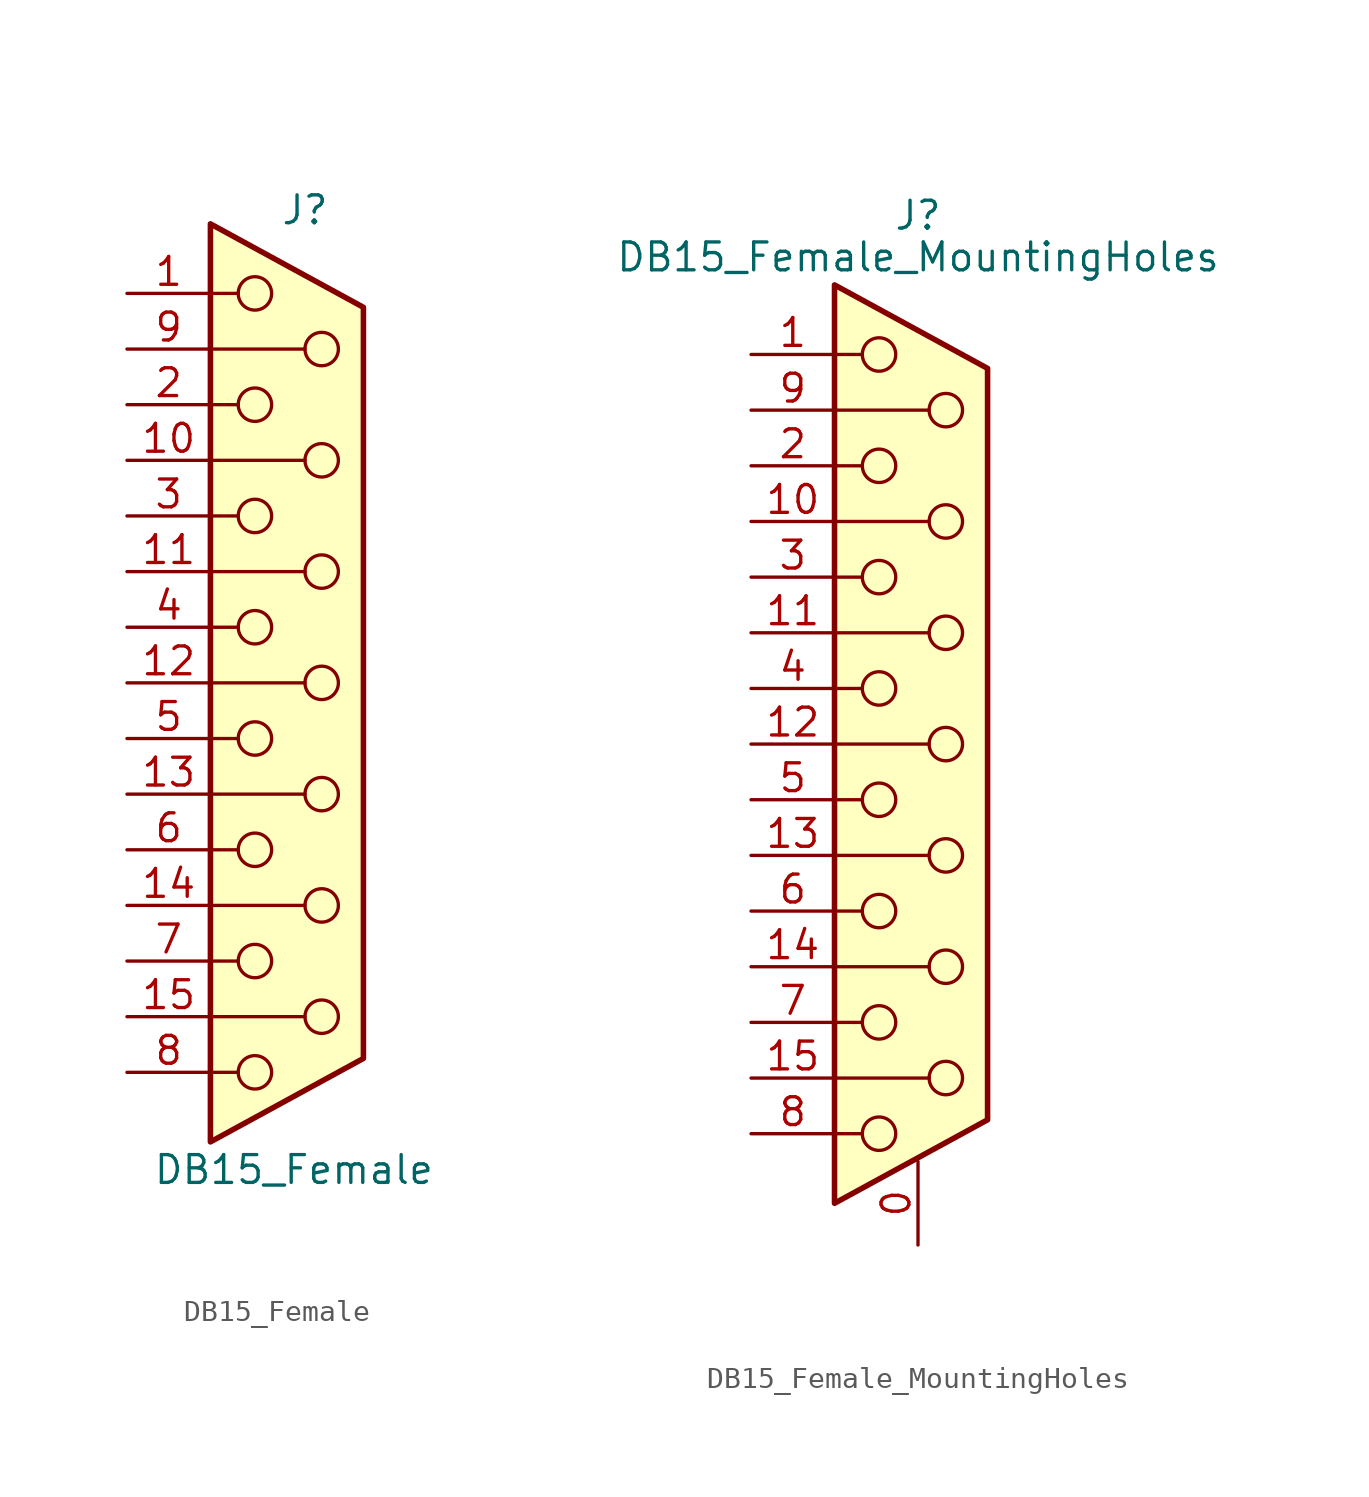
<source format=kicad_sym>
(kicad_symbol_lib
  (version 20220914)
  (generator kicad_symbol_editor)
  (symbol "DB15_Female"
    (pin_names
      (offset 1.016) hide)
    (property "Reference" "J"
      (at 0.508 21.59 0)
      (effects (font (size 1.27 1.27))))
    (property "Value" "DB15_Female"
      (at 0 -22.225 0)
      (effects (font (size 1.27 1.27))))
    (symbol "DB15_Female_0_1"
      (circle (center -1.778 -17.78) (radius 0.762) (stroke (width 0) (type default)) (fill (type none)))
      (circle (center -1.778 -12.7) (radius 0.762) (stroke (width 0) (type default)) (fill (type none)))
      (circle (center -1.778 -7.62) (radius 0.762) (stroke (width 0) (type default)) (fill (type none)))
      (circle (center -1.778 -2.54) (radius 0.762) (stroke (width 0) (type default)) (fill (type none)))
      (circle (center -1.778 2.54) (radius 0.762) (stroke (width 0) (type default)) (fill (type none)))
      (circle (center -1.778 7.62) (radius 0.762) (stroke (width 0) (type default)) (fill (type none)))
      (circle (center -1.778 12.7) (radius 0.762) (stroke (width 0) (type default)) (fill (type none)))
      (circle (center -1.778 17.78) (radius 0.762) (stroke (width 0) (type default)) (fill (type none)))
      (polyline (pts (xy -3.81 -17.78) (xy -2.54 -17.78)) (stroke (width 0) (type default)) (fill (type none)))
      (polyline (pts (xy -3.81 -15.24) (xy 0.508 -15.24)) (stroke (width 0) (type default)) (fill (type none)))
      (polyline (pts (xy -3.81 -12.7) (xy -2.54 -12.7)) (stroke (width 0) (type default)) (fill (type none)))
      (polyline (pts (xy -3.81 -10.16) (xy 0.508 -10.16)) (stroke (width 0) (type default)) (fill (type none)))
      (polyline (pts (xy -3.81 -7.62) (xy -2.54 -7.62)) (stroke (width 0) (type default)) (fill (type none)))
      (polyline (pts (xy -3.81 -5.08) (xy 0.508 -5.08)) (stroke (width 0) (type default)) (fill (type none)))
      (polyline (pts (xy -3.81 -2.54) (xy -2.54 -2.54)) (stroke (width 0) (type default)) (fill (type none)))
      (polyline (pts (xy -3.81 0) (xy 0.508 0)) (stroke (width 0) (type default)) (fill (type none)))
      (polyline (pts (xy -3.81 2.54) (xy -2.54 2.54)) (stroke (width 0) (type default)) (fill (type none)))
      (polyline (pts (xy -3.81 5.08) (xy 0.508 5.08)) (stroke (width 0) (type default)) (fill (type none)))
      (polyline (pts (xy -3.81 7.62) (xy -2.54 7.62)) (stroke (width 0) (type default)) (fill (type none)))
      (polyline (pts (xy -3.81 10.16) (xy 0.508 10.16)) (stroke (width 0) (type default)) (fill (type none)))
      (polyline (pts (xy -3.81 12.7) (xy -2.54 12.7)) (stroke (width 0) (type default)) (fill (type none)))
      (polyline (pts (xy -3.81 15.24) (xy 0.508 15.24)) (stroke (width 0) (type default)) (fill (type none)))
      (polyline (pts (xy -3.81 17.78) (xy -2.54 17.78)) (stroke (width 0) (type default)) (fill (type none)))
      (polyline (pts (xy -3.81 20.955) (xy 3.175 17.145) (xy 3.175 -17.145) (xy -3.81 -20.955) (xy -3.81 20.955)) (stroke (width 0.254) (type default)) (fill (type background)))
      (circle (center 1.27 -15.24) (radius 0.762) (stroke (width 0) (type default)) (fill (type none)))
      (circle (center 1.27 -10.16) (radius 0.762) (stroke (width 0) (type default)) (fill (type none)))
      (circle (center 1.27 -5.08) (radius 0.762) (stroke (width 0) (type default)) (fill (type none)))
      (circle (center 1.27 0) (radius 0.762) (stroke (width 0) (type default)) (fill (type none)))
      (circle (center 1.27 5.08) (radius 0.762) (stroke (width 0) (type default)) (fill (type none)))
      (circle (center 1.27 10.16) (radius 0.762) (stroke (width 0) (type default)) (fill (type none)))
      (circle (center 1.27 15.24) (radius 0.762) (stroke (width 0) (type default)) (fill (type none))))
    (symbol "DB15_Female_1_1"
      (pin passive line (at -7.62 17.78 0) (length 3.81) (name "1" (effects (font (size 1.27 1.27)))) (number "1" (effects (font (size 1.27 1.27)))))
      (pin passive line (at -7.62 10.16 0) (length 3.81) (name "P10" (effects (font (size 1.27 1.27)))) (number "10" (effects (font (size 1.27 1.27)))))
      (pin passive line (at -7.62 5.08 0) (length 3.81) (name "P111" (effects (font (size 1.27 1.27)))) (number "11" (effects (font (size 1.27 1.27)))))
      (pin passive line (at -7.62 0 0) (length 3.81) (name "P12" (effects (font (size 1.27 1.27)))) (number "12" (effects (font (size 1.27 1.27)))))
      (pin passive line (at -7.62 -5.08 0) (length 3.81) (name "P13" (effects (font (size 1.27 1.27)))) (number "13" (effects (font (size 1.27 1.27)))))
      (pin passive line (at -7.62 -10.16 0) (length 3.81) (name "P14" (effects (font (size 1.27 1.27)))) (number "14" (effects (font (size 1.27 1.27)))))
      (pin passive line (at -7.62 -15.24 0) (length 3.81) (name "P15" (effects (font (size 1.27 1.27)))) (number "15" (effects (font (size 1.27 1.27)))))
      (pin passive line (at -7.62 12.7 0) (length 3.81) (name "2" (effects (font (size 1.27 1.27)))) (number "2" (effects (font (size 1.27 1.27)))))
      (pin passive line (at -7.62 7.62 0) (length 3.81) (name "3" (effects (font (size 1.27 1.27)))) (number "3" (effects (font (size 1.27 1.27)))))
      (pin passive line (at -7.62 2.54 0) (length 3.81) (name "4" (effects (font (size 1.27 1.27)))) (number "4" (effects (font (size 1.27 1.27)))))
      (pin passive line (at -7.62 -2.54 0) (length 3.81) (name "5" (effects (font (size 1.27 1.27)))) (number "5" (effects (font (size 1.27 1.27)))))
      (pin passive line (at -7.62 -7.62 0) (length 3.81) (name "6" (effects (font (size 1.27 1.27)))) (number "6" (effects (font (size 1.27 1.27)))))
      (pin passive line (at -7.62 -12.7 0) (length 3.81) (name "7" (effects (font (size 1.27 1.27)))) (number "7" (effects (font (size 1.27 1.27)))))
      (pin passive line (at -7.62 -17.78 0) (length 3.81) (name "8" (effects (font (size 1.27 1.27)))) (number "8" (effects (font (size 1.27 1.27)))))
      (pin passive line (at -7.62 15.24 0) (length 3.81) (name "P9" (effects (font (size 1.27 1.27)))) (number "9" (effects (font (size 1.27 1.27)))))))
  (symbol "DB15_Female_MountingHoles"
    (pin_names
      (offset 1.016) hide)
    (property "Reference" "J"
      (at 0 24.13 0)
      (effects (font (size 1.27 1.27))))
    (property "Value" "DB15_Female_MountingHoles"
      (at 0 22.225 0)
      (effects (font (size 1.27 1.27))))
    (symbol "DB15_Female_MountingHoles_0_1"
      (circle (center -1.778 -17.78) (radius 0.762) (stroke (width 0) (type default)) (fill (type none)))
      (circle (center -1.778 -12.7) (radius 0.762) (stroke (width 0) (type default)) (fill (type none)))
      (circle (center -1.778 -7.62) (radius 0.762) (stroke (width 0) (type default)) (fill (type none)))
      (circle (center -1.778 -2.54) (radius 0.762) (stroke (width 0) (type default)) (fill (type none)))
      (circle (center -1.778 2.54) (radius 0.762) (stroke (width 0) (type default)) (fill (type none)))
      (circle (center -1.778 7.62) (radius 0.762) (stroke (width 0) (type default)) (fill (type none)))
      (circle (center -1.778 12.7) (radius 0.762) (stroke (width 0) (type default)) (fill (type none)))
      (circle (center -1.778 17.78) (radius 0.762) (stroke (width 0) (type default)) (fill (type none)))
      (polyline (pts (xy -3.81 -17.78) (xy -2.54 -17.78)) (stroke (width 0) (type default)) (fill (type none)))
      (polyline (pts (xy -3.81 -15.24) (xy 0.508 -15.24)) (stroke (width 0) (type default)) (fill (type none)))
      (polyline (pts (xy -3.81 -12.7) (xy -2.54 -12.7)) (stroke (width 0) (type default)) (fill (type none)))
      (polyline (pts (xy -3.81 -10.16) (xy 0.508 -10.16)) (stroke (width 0) (type default)) (fill (type none)))
      (polyline (pts (xy -3.81 -7.62) (xy -2.54 -7.62)) (stroke (width 0) (type default)) (fill (type none)))
      (polyline (pts (xy -3.81 -5.08) (xy 0.508 -5.08)) (stroke (width 0) (type default)) (fill (type none)))
      (polyline (pts (xy -3.81 -2.54) (xy -2.54 -2.54)) (stroke (width 0) (type default)) (fill (type none)))
      (polyline (pts (xy -3.81 0) (xy 0.508 0)) (stroke (width 0) (type default)) (fill (type none)))
      (polyline (pts (xy -3.81 2.54) (xy -2.54 2.54)) (stroke (width 0) (type default)) (fill (type none)))
      (polyline (pts (xy -3.81 5.08) (xy 0.508 5.08)) (stroke (width 0) (type default)) (fill (type none)))
      (polyline (pts (xy -3.81 7.62) (xy -2.54 7.62)) (stroke (width 0) (type default)) (fill (type none)))
      (polyline (pts (xy -3.81 10.16) (xy 0.508 10.16)) (stroke (width 0) (type default)) (fill (type none)))
      (polyline (pts (xy -3.81 12.7) (xy -2.54 12.7)) (stroke (width 0) (type default)) (fill (type none)))
      (polyline (pts (xy -3.81 15.24) (xy 0.508 15.24)) (stroke (width 0) (type default)) (fill (type none)))
      (polyline (pts (xy -3.81 17.78) (xy -2.54 17.78)) (stroke (width 0) (type default)) (fill (type none)))
      (polyline (pts (xy -3.81 20.955) (xy 3.175 17.145) (xy 3.175 -17.145) (xy -3.81 -20.955) (xy -3.81 20.955)) (stroke (width 0.254) (type default)) (fill (type background)))
      (circle (center 1.27 -15.24) (radius 0.762) (stroke (width 0) (type default)) (fill (type none)))
      (circle (center 1.27 -10.16) (radius 0.762) (stroke (width 0) (type default)) (fill (type none)))
      (circle (center 1.27 -5.08) (radius 0.762) (stroke (width 0) (type default)) (fill (type none)))
      (circle (center 1.27 0) (radius 0.762) (stroke (width 0) (type default)) (fill (type none)))
      (circle (center 1.27 5.08) (radius 0.762) (stroke (width 0) (type default)) (fill (type none)))
      (circle (center 1.27 10.16) (radius 0.762) (stroke (width 0) (type default)) (fill (type none)))
      (circle (center 1.27 15.24) (radius 0.762) (stroke (width 0) (type default)) (fill (type none))))
    (symbol "DB15_Female_MountingHoles_1_1"
      (pin passive line (at 0 -22.86 90) (length 3.81) (name "PAD" (effects (font (size 1.27 1.27)))) (number "0" (effects (font (size 1.27 1.27)))))
      (pin passive line (at -7.62 17.78 0) (length 3.81) (name "1" (effects (font (size 1.27 1.27)))) (number "1" (effects (font (size 1.27 1.27)))))
      (pin passive line (at -7.62 10.16 0) (length 3.81) (name "P10" (effects (font (size 1.27 1.27)))) (number "10" (effects (font (size 1.27 1.27)))))
      (pin passive line (at -7.62 5.08 0) (length 3.81) (name "P111" (effects (font (size 1.27 1.27)))) (number "11" (effects (font (size 1.27 1.27)))))
      (pin passive line (at -7.62 0 0) (length 3.81) (name "P12" (effects (font (size 1.27 1.27)))) (number "12" (effects (font (size 1.27 1.27)))))
      (pin passive line (at -7.62 -5.08 0) (length 3.81) (name "P13" (effects (font (size 1.27 1.27)))) (number "13" (effects (font (size 1.27 1.27)))))
      (pin passive line (at -7.62 -10.16 0) (length 3.81) (name "P14" (effects (font (size 1.27 1.27)))) (number "14" (effects (font (size 1.27 1.27)))))
      (pin passive line (at -7.62 -15.24 0) (length 3.81) (name "P15" (effects (font (size 1.27 1.27)))) (number "15" (effects (font (size 1.27 1.27)))))
      (pin passive line (at -7.62 12.7 0) (length 3.81) (name "2" (effects (font (size 1.27 1.27)))) (number "2" (effects (font (size 1.27 1.27)))))
      (pin passive line (at -7.62 7.62 0) (length 3.81) (name "3" (effects (font (size 1.27 1.27)))) (number "3" (effects (font (size 1.27 1.27)))))
      (pin passive line (at -7.62 2.54 0) (length 3.81) (name "4" (effects (font (size 1.27 1.27)))) (number "4" (effects (font (size 1.27 1.27)))))
      (pin passive line (at -7.62 -2.54 0) (length 3.81) (name "5" (effects (font (size 1.27 1.27)))) (number "5" (effects (font (size 1.27 1.27)))))
      (pin passive line (at -7.62 -7.62 0) (length 3.81) (name "6" (effects (font (size 1.27 1.27)))) (number "6" (effects (font (size 1.27 1.27)))))
      (pin passive line (at -7.62 -12.7 0) (length 3.81) (name "7" (effects (font (size 1.27 1.27)))) (number "7" (effects (font (size 1.27 1.27)))))
      (pin passive line (at -7.62 -17.78 0) (length 3.81) (name "8" (effects (font (size 1.27 1.27)))) (number "8" (effects (font (size 1.27 1.27)))))
      (pin passive line (at -7.62 15.24 0) (length 3.81) (name "P9" (effects (font (size 1.27 1.27)))) (number "9" (effects (font (size 1.27 1.27))))))))
</source>
